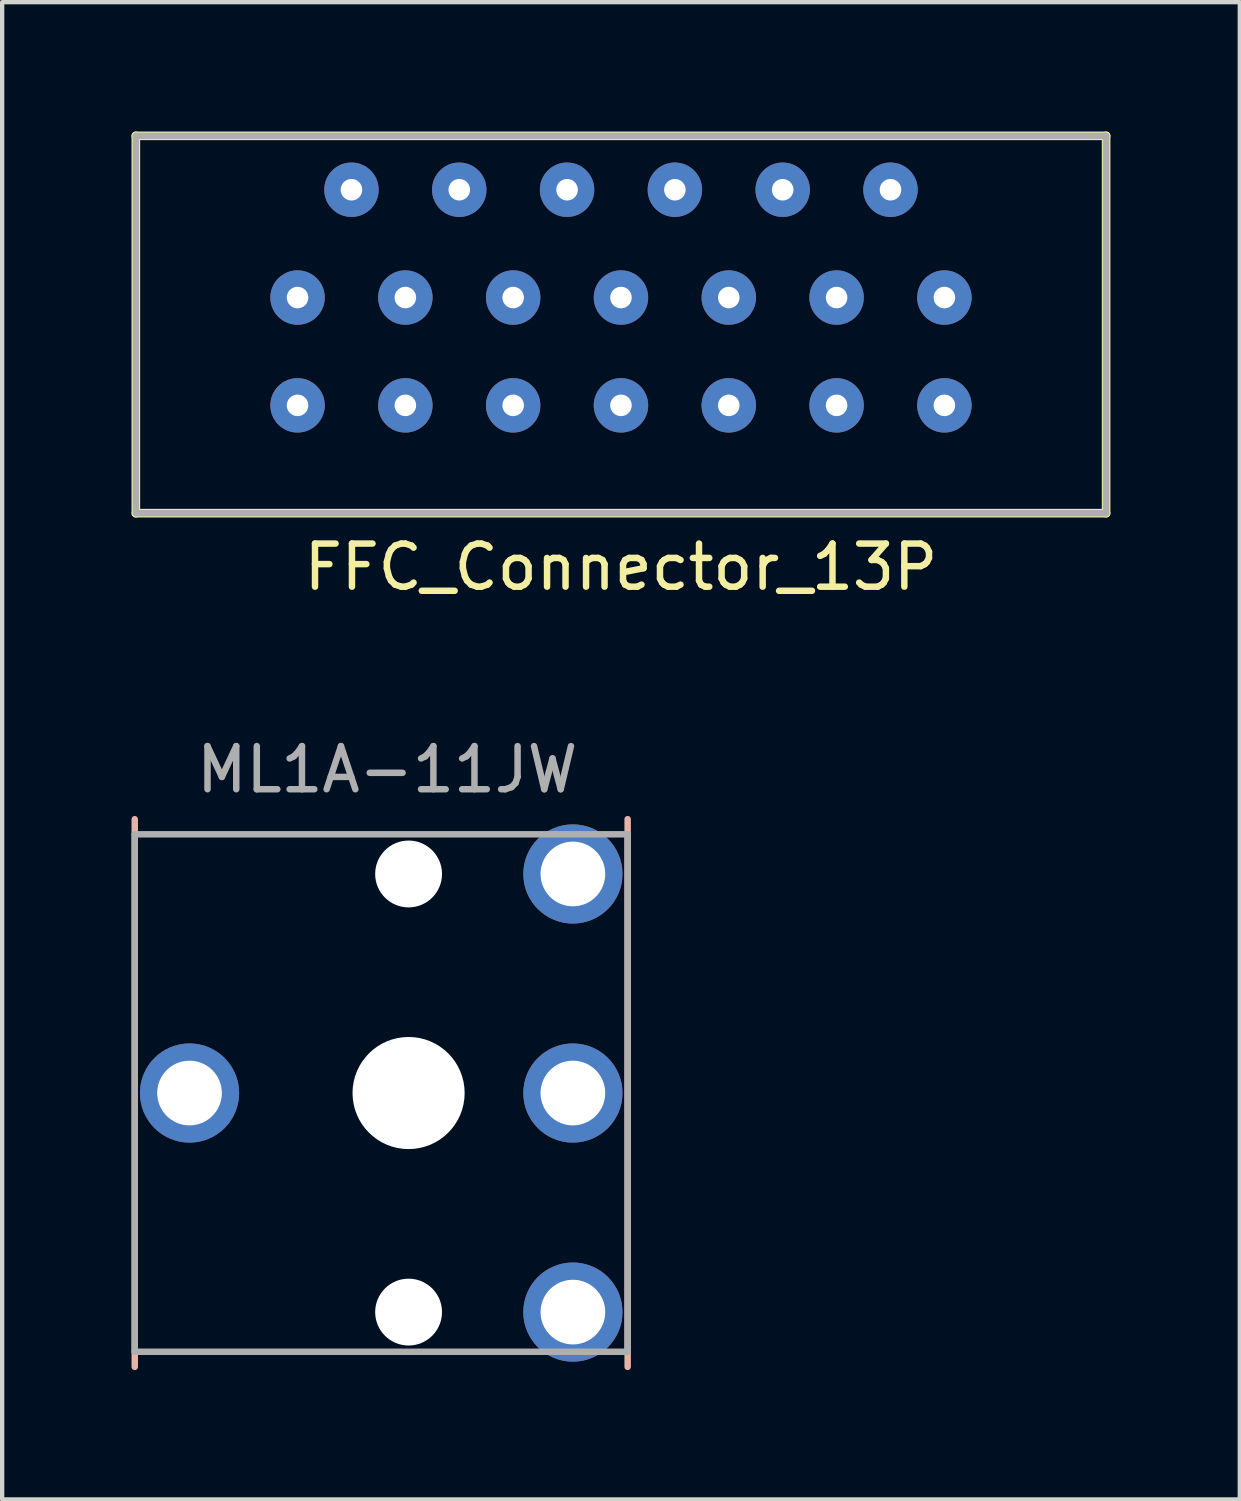
<source format=kicad_pcb>
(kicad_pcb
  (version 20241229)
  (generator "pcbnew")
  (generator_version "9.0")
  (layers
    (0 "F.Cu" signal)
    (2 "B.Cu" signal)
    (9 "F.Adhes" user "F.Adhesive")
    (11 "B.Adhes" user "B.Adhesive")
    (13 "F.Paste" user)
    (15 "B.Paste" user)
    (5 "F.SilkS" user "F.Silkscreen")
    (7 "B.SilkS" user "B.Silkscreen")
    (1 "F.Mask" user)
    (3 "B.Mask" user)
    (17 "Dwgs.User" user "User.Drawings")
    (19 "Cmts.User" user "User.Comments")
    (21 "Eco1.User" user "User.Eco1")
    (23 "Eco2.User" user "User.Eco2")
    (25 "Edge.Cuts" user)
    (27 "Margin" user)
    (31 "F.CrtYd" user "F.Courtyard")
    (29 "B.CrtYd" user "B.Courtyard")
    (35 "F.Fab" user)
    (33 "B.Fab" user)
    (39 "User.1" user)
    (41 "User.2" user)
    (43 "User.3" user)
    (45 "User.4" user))
  (footprint "FFC_Connector_13P"
    (layer "F.Cu")
    (at 11.35 3.85)
    (property "Reference" "FFC_Connector_13P" (at 0 6.25 0) (layer "F.SilkS") (effects (font (size 1 1) (thickness 0.15))))
    (attr through_hole)
    (fp_line (start -11.25 -3.75) (end 11.25 -3.75) (stroke (width 0.2) (type solid)) (layer "F.SilkS"))
    (fp_line (start -11.25 5) (end -11.25 -3.75) (stroke (width 0.2) (type solid)) (layer "F.SilkS"))
    (fp_line (start 11.25 -3.75) (end 11.25 5) (stroke (width 0.2) (type solid)) (layer "F.SilkS"))
    (fp_line (start 11.25 5) (end -11.25 5) (stroke (width 0.2) (type solid)) (layer "F.SilkS"))
    (fp_line (start -11.25 -3.75) (end 11.25 -3.75) (stroke (width 0.15) (type solid)) (layer "F.Fab"))
    (fp_line (start -11.25 5) (end -11.25 -3.75) (stroke (width 0.15) (type solid)) (layer "F.Fab"))
    (fp_line (start -11.25 5) (end 11.25 5) (stroke (width 0.15) (type solid)) (layer "F.Fab"))
    (fp_line (start 11.25 -3.75) (end 11.25 5) (stroke (width 0.15) (type solid)) (layer "F.Fab"))
    (pad "1" thru_hole circle (at -7.5 0) (size 1.262 1.262) (drill 0.5) (layers "*.Cu" "*.Mask"))
    (pad "1B" thru_hole circle (at -7.5 2.5) (size 1.262 1.262) (drill 0.5) (layers "*.Cu" "*.Mask"))
    (pad "2" thru_hole circle (at -6.25 -2.5) (size 1.262 1.262) (drill 0.5) (layers "*.Cu" "*.Mask"))
    (pad "3" thru_hole circle (at -5 0) (size 1.262 1.262) (drill 0.5) (layers "*.Cu" "*.Mask"))
    (pad "3B" thru_hole circle (at -5 2.5) (size 1.262 1.262) (drill 0.5) (layers "*.Cu" "*.Mask"))
    (pad "4" thru_hole circle (at -3.75 -2.5) (size 1.262 1.262) (drill 0.5) (layers "*.Cu" "*.Mask"))
    (pad "5" thru_hole circle (at -2.5 0) (size 1.262 1.262) (drill 0.5) (layers "*.Cu" "*.Mask"))
    (pad "5B" thru_hole circle (at -2.5 2.5) (size 1.262 1.262) (drill 0.5) (layers "*.Cu" "*.Mask"))
    (pad "6" thru_hole circle (at -1.25 -2.5) (size 1.262 1.262) (drill 0.5) (layers "*.Cu" "*.Mask"))
    (pad "7" thru_hole circle (at 0 0) (size 1.262 1.262) (drill 0.5) (layers "*.Cu" "*.Mask"))
    (pad "7B" thru_hole circle (at 0 2.5) (size 1.262 1.262) (drill 0.5) (layers "*.Cu" "*.Mask"))
    (pad "8" thru_hole circle (at 1.25 -2.5) (size 1.262 1.262) (drill 0.5) (layers "*.Cu" "*.Mask"))
    (pad "9" thru_hole circle (at 2.5 0) (size 1.262 1.262) (drill 0.5) (layers "*.Cu" "*.Mask"))
    (pad "9B" thru_hole circle (at 2.5 2.5) (size 1.262 1.262) (drill 0.5) (layers "*.Cu" "*.Mask"))
    (pad "10" thru_hole circle (at 3.75 -2.5) (size 1.262 1.262) (drill 0.5) (layers "*.Cu" "*.Mask"))
    (pad "11" thru_hole circle (at 5 0) (size 1.262 1.262) (drill 0.5) (layers "*.Cu" "*.Mask"))
    (pad "11B" thru_hole circle (at 5 2.5) (size 1.262 1.262) (drill 0.5) (layers "*.Cu" "*.Mask"))
    (pad "12" thru_hole circle (at 6.25 -2.5) (size 1.262 1.262) (drill 0.5) (layers "*.Cu" "*.Mask"))
    (pad "13" thru_hole circle (at 7.5 0) (size 1.262 1.262) (drill 0.5) (layers "*.Cu" "*.Mask"))
    (pad "13B" thru_hole circle (at 7.5 2.5) (size 1.262 1.262) (drill 0.5) (layers "*.Cu" "*.Mask")))
  (footprint "ML1A-11JW"
    (layer "F.Cu")
    (at 6.425 22.297)
    (property "Reference" "ML1A-11JW" (at -5 -7.5 0) (layer "F.Fab") (effects (font (size 1 1) (thickness 0.15)) (justify left)))
    (attr through_hole)
    (fp_line (start -6.35 -6.35) (end -6.35 6.35) (stroke (width 0.15) (type solid)) (layer "B.SilkS"))
    (fp_line (start 5.08 -6.35) (end 5.08 6.35) (stroke (width 0.15) (type solid)) (layer "B.SilkS"))
    (fp_line (start -6.35 -6) (end -6.35 6) (stroke (width 0.15) (type solid)) (layer "F.Fab"))
    (fp_line (start 5.08 -6) (end -6.35 -6) (stroke (width 0.15) (type solid)) (layer "F.Fab"))
    (fp_line (start 5.08 -6) (end 5.08 6) (stroke (width 0.15) (type solid)) (layer "F.Fab"))
    (fp_line (start 5.08 6) (end -6.35 6) (stroke (width 0.15) (type solid)) (layer "F.Fab"))
    (pad "" np_thru_hole circle (at 0 -5.08 270) (size 1.55 1.55) (drill 1.55) (layers "*.Cu" "*.Mask"))
    (pad "" np_thru_hole circle (at 0 0) (size 2.6 2.6) (drill 2.6) (layers "*.Cu" "*.Mask"))
    (pad "" np_thru_hole circle (at 0 5.08 270) (size 1.55 1.55) (drill 1.55) (layers "*.Cu" "*.Mask"))
    (pad "1" thru_hole circle (at 3.81 -5.08 270) (size 2.3 2.3) (drill 1.5) (layers "*.Cu" "*.Mask"))
    (pad "2" thru_hole circle (at 3.81 0 270) (size 2.3 2.3) (drill 1.5) (layers "*.Cu" "*.Mask"))
    (pad "3" thru_hole circle (at 3.81 5.08 270) (size 2.3 2.3) (drill 1.5) (layers "*.Cu" "*.Mask"))
    (pad "4" thru_hole circle (at -5.08 0 270) (size 2.3 2.3) (drill 1.5) (layers "*.Cu" "*.Mask")))
  (gr_rect
    (start -3 -3)
    (end 25.7 31.721)
    (stroke (width 0.1) (type default))
    (fill no)
    (layer "Edge.Cuts")))
</source>
